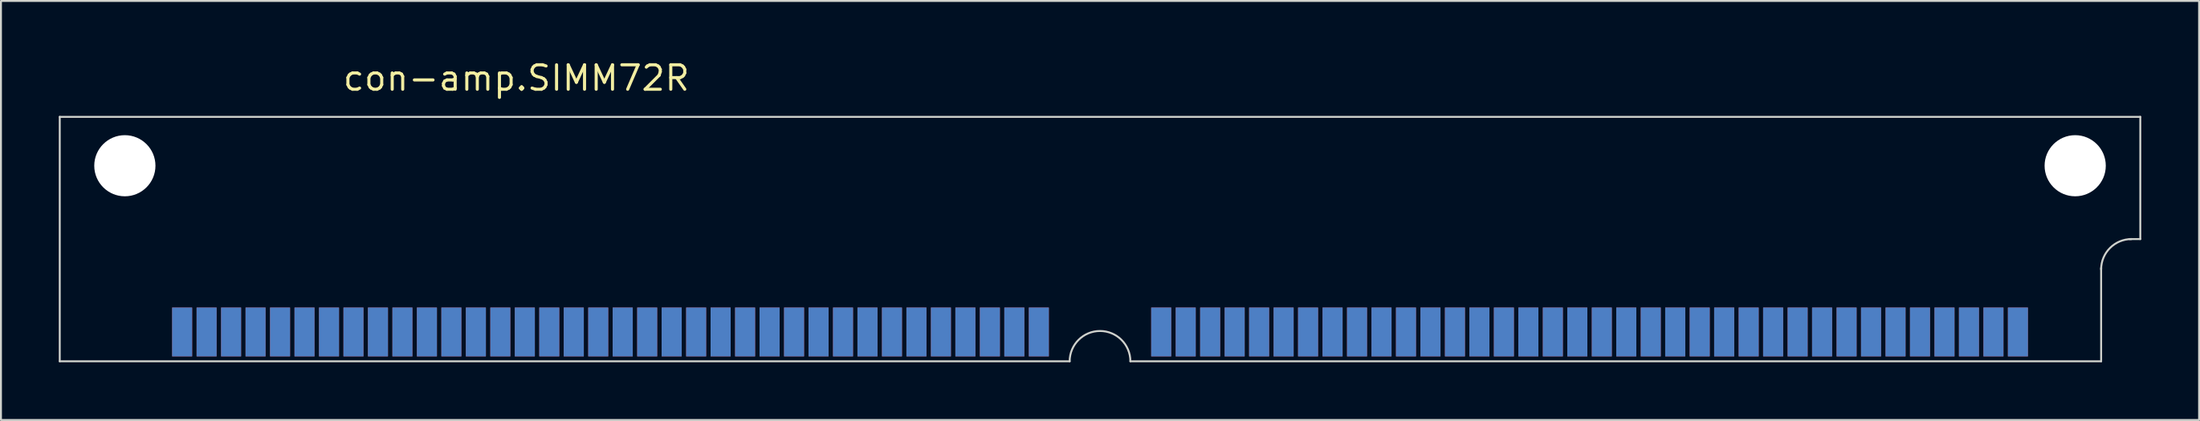
<source format=kicad_pcb>
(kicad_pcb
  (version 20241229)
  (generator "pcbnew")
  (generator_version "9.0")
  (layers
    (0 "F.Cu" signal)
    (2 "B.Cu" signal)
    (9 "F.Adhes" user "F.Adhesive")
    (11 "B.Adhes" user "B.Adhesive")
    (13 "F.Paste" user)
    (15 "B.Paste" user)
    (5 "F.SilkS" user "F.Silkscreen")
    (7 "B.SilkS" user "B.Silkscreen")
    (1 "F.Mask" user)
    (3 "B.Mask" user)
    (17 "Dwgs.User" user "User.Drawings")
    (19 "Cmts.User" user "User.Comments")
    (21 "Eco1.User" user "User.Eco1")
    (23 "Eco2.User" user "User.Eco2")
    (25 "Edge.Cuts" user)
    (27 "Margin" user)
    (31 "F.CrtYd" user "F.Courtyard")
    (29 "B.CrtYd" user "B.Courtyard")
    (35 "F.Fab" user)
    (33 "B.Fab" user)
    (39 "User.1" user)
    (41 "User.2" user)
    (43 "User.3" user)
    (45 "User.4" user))
  (footprint "con-amp.SIMM72R"
    (layer "F.Cu")
    (at 54.025 5.56)
    (property "Reference" "con-amp.SIMM72R" (at -39.37 -3.81 0) (layer "F.SilkS") (effects (font (size 1.27 1.27) (thickness 0.16)) (justify left bottom)))
    (attr smd)
    (fp_line (start -53.975 -2.54) (end -53.975 10.16) (stroke (width 0.1) (type default)) (layer "Edge.Cuts"))
    (fp_line (start -53.975 10.16) (end -1.575 10.16) (stroke (width 0.1) (type default)) (layer "Edge.Cuts"))
    (fp_line (start 1.575 10.16) (end 51.943 10.16) (stroke (width 0.1) (type default)) (layer "Edge.Cuts"))
    (fp_line (start 51.943 10.16) (end 51.943 5.309) (stroke (width 0.1) (type default)) (layer "Edge.Cuts"))
    (fp_line (start 53.975 -2.54) (end -53.975 -2.54) (stroke (width 0.1) (type default)) (layer "Edge.Cuts"))
    (fp_line (start 53.975 3.81) (end 53.416 3.81) (stroke (width 0.1) (type default)) (layer "Edge.Cuts"))
    (fp_line (start 53.975 3.81) (end 53.975 -2.54) (stroke (width 0.1) (type default)) (layer "Edge.Cuts"))
    (fp_arc (start -1.5748 10.16) (mid 0 8.5852) (end 1.5748 10.16) (stroke (width 0.1) (type default)) (layer "Edge.Cuts"))
    (fp_arc (start 51.943 5.3848) (mid 52.404248 4.271248) (end 53.5178 3.81) (stroke (width 0.1) (type default)) (layer "Edge.Cuts"))
    (pad "" np_thru_hole circle (at -50.597 0) (size 3.175 3.175) (drill 3.175) (layers "*.Cu" "*.Mask"))
    (pad "" np_thru_hole circle (at 50.597 0) (size 3.175 3.175) (drill 3.175) (layers "*.Cu" "*.Mask"))
    (pad "1" smd roundrect (at 47.625 8.636) (size 1.041 2.54) (layers "F.Cu" "F.Mask" "F.Paste") (roundrect_rratio 0.01))
    (pad "2" smd roundrect (at 46.355 8.636) (size 1.041 2.54) (layers "F.Cu" "F.Mask" "F.Paste") (roundrect_rratio 0.01))
    (pad "3" smd roundrect (at 45.085 8.636) (size 1.041 2.54) (layers "F.Cu" "F.Mask" "F.Paste") (roundrect_rratio 0.01))
    (pad "4" smd roundrect (at 43.815 8.636) (size 1.041 2.54) (layers "F.Cu" "F.Mask" "F.Paste") (roundrect_rratio 0.01))
    (pad "5" smd roundrect (at 42.545 8.636) (size 1.041 2.54) (layers "F.Cu" "F.Mask" "F.Paste") (roundrect_rratio 0.01))
    (pad "6" smd roundrect (at 41.275 8.636) (size 1.041 2.54) (layers "F.Cu" "F.Mask" "F.Paste") (roundrect_rratio 0.01))
    (pad "7" smd roundrect (at 40.005 8.636) (size 1.041 2.54) (layers "F.Cu" "F.Mask" "F.Paste") (roundrect_rratio 0.01))
    (pad "8" smd roundrect (at 38.735 8.636) (size 1.041 2.54) (layers "F.Cu" "F.Mask" "F.Paste") (roundrect_rratio 0.01))
    (pad "9" smd roundrect (at 37.465 8.636) (size 1.041 2.54) (layers "F.Cu" "F.Mask" "F.Paste") (roundrect_rratio 0.01))
    (pad "10" smd roundrect (at 36.195 8.636) (size 1.041 2.54) (layers "F.Cu" "F.Mask" "F.Paste") (roundrect_rratio 0.01))
    (pad "11" smd roundrect (at 34.925 8.636) (size 1.041 2.54) (layers "F.Cu" "F.Mask" "F.Paste") (roundrect_rratio 0.01))
    (pad "12" smd roundrect (at 33.655 8.636) (size 1.041 2.54) (layers "F.Cu" "F.Mask" "F.Paste") (roundrect_rratio 0.01))
    (pad "13" smd roundrect (at 32.385 8.636) (size 1.041 2.54) (layers "F.Cu" "F.Mask" "F.Paste") (roundrect_rratio 0.01))
    (pad "14" smd roundrect (at 31.115 8.636) (size 1.041 2.54) (layers "F.Cu" "F.Mask" "F.Paste") (roundrect_rratio 0.01))
    (pad "15" smd roundrect (at 29.845 8.636) (size 1.041 2.54) (layers "F.Cu" "F.Mask" "F.Paste") (roundrect_rratio 0.01))
    (pad "16" smd roundrect (at 28.575 8.636) (size 1.041 2.54) (layers "F.Cu" "F.Mask" "F.Paste") (roundrect_rratio 0.01))
    (pad "17" smd roundrect (at 27.305 8.636) (size 1.041 2.54) (layers "F.Cu" "F.Mask" "F.Paste") (roundrect_rratio 0.01))
    (pad "18" smd roundrect (at 26.035 8.636) (size 1.041 2.54) (layers "F.Cu" "F.Mask" "F.Paste") (roundrect_rratio 0.01))
    (pad "19" smd roundrect (at 24.765 8.636) (size 1.041 2.54) (layers "F.Cu" "F.Mask" "F.Paste") (roundrect_rratio 0.01))
    (pad "20" smd roundrect (at 23.495 8.636) (size 1.041 2.54) (layers "F.Cu" "F.Mask" "F.Paste") (roundrect_rratio 0.01))
    (pad "21" smd roundrect (at 22.225 8.636) (size 1.041 2.54) (layers "F.Cu" "F.Mask" "F.Paste") (roundrect_rratio 0.01))
    (pad "22" smd roundrect (at 20.955 8.636) (size 1.041 2.54) (layers "F.Cu" "F.Mask" "F.Paste") (roundrect_rratio 0.01))
    (pad "23" smd roundrect (at 19.685 8.636) (size 1.041 2.54) (layers "F.Cu" "F.Mask" "F.Paste") (roundrect_rratio 0.01))
    (pad "24" smd roundrect (at 18.415 8.636) (size 1.041 2.54) (layers "F.Cu" "F.Mask" "F.Paste") (roundrect_rratio 0.01))
    (pad "25" smd roundrect (at 17.145 8.636) (size 1.041 2.54) (layers "F.Cu" "F.Mask" "F.Paste") (roundrect_rratio 0.01))
    (pad "26" smd roundrect (at 15.875 8.636) (size 1.041 2.54) (layers "F.Cu" "F.Mask" "F.Paste") (roundrect_rratio 0.01))
    (pad "27" smd roundrect (at 14.605 8.636) (size 1.041 2.54) (layers "F.Cu" "F.Mask" "F.Paste") (roundrect_rratio 0.01))
    (pad "28" smd roundrect (at 13.335 8.636) (size 1.041 2.54) (layers "F.Cu" "F.Mask" "F.Paste") (roundrect_rratio 0.01))
    (pad "29" smd roundrect (at 12.065 8.636) (size 1.041 2.54) (layers "F.Cu" "F.Mask" "F.Paste") (roundrect_rratio 0.01))
    (pad "30" smd roundrect (at 10.795 8.636) (size 1.041 2.54) (layers "F.Cu" "F.Mask" "F.Paste") (roundrect_rratio 0.01))
    (pad "31" smd roundrect (at 9.525 8.636) (size 1.041 2.54) (layers "F.Cu" "F.Mask" "F.Paste") (roundrect_rratio 0.01))
    (pad "32" smd roundrect (at 8.255 8.636) (size 1.041 2.54) (layers "F.Cu" "F.Mask" "F.Paste") (roundrect_rratio 0.01))
    (pad "33" smd roundrect (at 6.985 8.636) (size 1.041 2.54) (layers "F.Cu" "F.Mask" "F.Paste") (roundrect_rratio 0.01))
    (pad "34" smd roundrect (at 5.715 8.636) (size 1.041 2.54) (layers "F.Cu" "F.Mask" "F.Paste") (roundrect_rratio 0.01))
    (pad "35" smd roundrect (at 4.445 8.636) (size 1.041 2.54) (layers "F.Cu" "F.Mask" "F.Paste") (roundrect_rratio 0.01))
    (pad "36" smd roundrect (at 3.175 8.636) (size 1.041 2.54) (layers "F.Cu" "F.Mask" "F.Paste") (roundrect_rratio 0.01))
    (pad "37" smd roundrect (at -3.175 8.636) (size 1.041 2.54) (layers "F.Cu" "F.Mask" "F.Paste") (roundrect_rratio 0.01))
    (pad "38" smd roundrect (at -4.445 8.636) (size 1.041 2.54) (layers "F.Cu" "F.Mask" "F.Paste") (roundrect_rratio 0.01))
    (pad "39" smd roundrect (at -5.715 8.636) (size 1.041 2.54) (layers "F.Cu" "F.Mask" "F.Paste") (roundrect_rratio 0.01))
    (pad "40" smd roundrect (at -6.985 8.636) (size 1.041 2.54) (layers "F.Cu" "F.Mask" "F.Paste") (roundrect_rratio 0.01))
    (pad "41" smd roundrect (at -8.255 8.636) (size 1.041 2.54) (layers "F.Cu" "F.Mask" "F.Paste") (roundrect_rratio 0.01))
    (pad "42" smd roundrect (at -9.525 8.636) (size 1.041 2.54) (layers "F.Cu" "F.Mask" "F.Paste") (roundrect_rratio 0.01))
    (pad "43" smd roundrect (at -10.795 8.636) (size 1.041 2.54) (layers "F.Cu" "F.Mask" "F.Paste") (roundrect_rratio 0.01))
    (pad "44" smd roundrect (at -12.065 8.636) (size 1.041 2.54) (layers "F.Cu" "F.Mask" "F.Paste") (roundrect_rratio 0.01))
    (pad "45" smd roundrect (at -13.335 8.636) (size 1.041 2.54) (layers "F.Cu" "F.Mask" "F.Paste") (roundrect_rratio 0.01))
    (pad "46" smd roundrect (at -14.605 8.636) (size 1.041 2.54) (layers "F.Cu" "F.Mask" "F.Paste") (roundrect_rratio 0.01))
    (pad "47" smd roundrect (at -15.875 8.636) (size 1.041 2.54) (layers "F.Cu" "F.Mask" "F.Paste") (roundrect_rratio 0.01))
    (pad "48" smd roundrect (at -17.145 8.636) (size 1.041 2.54) (layers "F.Cu" "F.Mask" "F.Paste") (roundrect_rratio 0.01))
    (pad "49" smd roundrect (at -18.415 8.636) (size 1.041 2.54) (layers "F.Cu" "F.Mask" "F.Paste") (roundrect_rratio 0.01))
    (pad "50" smd roundrect (at -19.685 8.636) (size 1.041 2.54) (layers "F.Cu" "F.Mask" "F.Paste") (roundrect_rratio 0.01))
    (pad "51" smd roundrect (at -20.955 8.636) (size 1.041 2.54) (layers "F.Cu" "F.Mask" "F.Paste") (roundrect_rratio 0.01))
    (pad "52" smd roundrect (at -22.225 8.636) (size 1.041 2.54) (layers "F.Cu" "F.Mask" "F.Paste") (roundrect_rratio 0.01))
    (pad "53" smd roundrect (at -23.495 8.636) (size 1.041 2.54) (layers "F.Cu" "F.Mask" "F.Paste") (roundrect_rratio 0.01))
    (pad "54" smd roundrect (at -24.765 8.636) (size 1.041 2.54) (layers "F.Cu" "F.Mask" "F.Paste") (roundrect_rratio 0.01))
    (pad "55" smd roundrect (at -26.035 8.636) (size 1.041 2.54) (layers "F.Cu" "F.Mask" "F.Paste") (roundrect_rratio 0.01))
    (pad "56" smd roundrect (at -27.305 8.636) (size 1.041 2.54) (layers "F.Cu" "F.Mask" "F.Paste") (roundrect_rratio 0.01))
    (pad "57" smd roundrect (at -28.575 8.636) (size 1.041 2.54) (layers "F.Cu" "F.Mask" "F.Paste") (roundrect_rratio 0.01))
    (pad "58" smd roundrect (at -29.845 8.636) (size 1.041 2.54) (layers "F.Cu" "F.Mask" "F.Paste") (roundrect_rratio 0.01))
    (pad "59" smd roundrect (at -31.115 8.636) (size 1.041 2.54) (layers "F.Cu" "F.Mask" "F.Paste") (roundrect_rratio 0.01))
    (pad "60" smd roundrect (at -32.385 8.636) (size 1.041 2.54) (layers "F.Cu" "F.Mask" "F.Paste") (roundrect_rratio 0.01))
    (pad "61" smd roundrect (at -33.655 8.636) (size 1.041 2.54) (layers "F.Cu" "F.Mask" "F.Paste") (roundrect_rratio 0.01))
    (pad "62" smd roundrect (at -34.925 8.636) (size 1.041 2.54) (layers "F.Cu" "F.Mask" "F.Paste") (roundrect_rratio 0.01))
    (pad "63" smd roundrect (at -36.195 8.636) (size 1.041 2.54) (layers "F.Cu" "F.Mask" "F.Paste") (roundrect_rratio 0.01))
    (pad "64" smd roundrect (at -37.465 8.636) (size 1.041 2.54) (layers "F.Cu" "F.Mask" "F.Paste") (roundrect_rratio 0.01))
    (pad "65" smd roundrect (at -38.735 8.636) (size 1.041 2.54) (layers "F.Cu" "F.Mask" "F.Paste") (roundrect_rratio 0.01))
    (pad "66" smd roundrect (at -40.005 8.636) (size 1.041 2.54) (layers "F.Cu" "F.Mask" "F.Paste") (roundrect_rratio 0.01))
    (pad "67" smd roundrect (at -41.275 8.636) (size 1.041 2.54) (layers "F.Cu" "F.Mask" "F.Paste") (roundrect_rratio 0.01))
    (pad "68" smd roundrect (at -42.545 8.636) (size 1.041 2.54) (layers "F.Cu" "F.Mask" "F.Paste") (roundrect_rratio 0.01))
    (pad "69" smd roundrect (at -43.815 8.636) (size 1.041 2.54) (layers "F.Cu" "F.Mask" "F.Paste") (roundrect_rratio 0.01))
    (pad "70" smd roundrect (at -45.085 8.636) (size 1.041 2.54) (layers "F.Cu" "F.Mask" "F.Paste") (roundrect_rratio 0.01))
    (pad "71" smd roundrect (at -46.355 8.636) (size 1.041 2.54) (layers "F.Cu" "F.Mask" "F.Paste") (roundrect_rratio 0.01))
    (pad "72" smd roundrect (at -47.625 8.636) (size 1.041 2.54) (layers "F.Cu" "F.Mask" "F.Paste") (roundrect_rratio 0.01))
    (pad "73" smd roundrect (at 47.625 8.636) (size 1.041 2.54) (layers "B.Cu" "B.Mask" "B.Paste") (roundrect_rratio 0.01))
    (pad "74" smd roundrect (at 46.355 8.636) (size 1.041 2.54) (layers "B.Cu" "B.Mask" "B.Paste") (roundrect_rratio 0.01))
    (pad "75" smd roundrect (at 45.085 8.636) (size 1.041 2.54) (layers "B.Cu" "B.Mask" "B.Paste") (roundrect_rratio 0.01))
    (pad "76" smd roundrect (at 43.815 8.636) (size 1.041 2.54) (layers "B.Cu" "B.Mask" "B.Paste") (roundrect_rratio 0.01))
    (pad "77" smd roundrect (at 42.545 8.636) (size 1.041 2.54) (layers "B.Cu" "B.Mask" "B.Paste") (roundrect_rratio 0.01))
    (pad "78" smd roundrect (at 41.275 8.636) (size 1.041 2.54) (layers "B.Cu" "B.Mask" "B.Paste") (roundrect_rratio 0.01))
    (pad "79" smd roundrect (at 40.005 8.636) (size 1.041 2.54) (layers "B.Cu" "B.Mask" "B.Paste") (roundrect_rratio 0.01))
    (pad "80" smd roundrect (at 38.735 8.636) (size 1.041 2.54) (layers "B.Cu" "B.Mask" "B.Paste") (roundrect_rratio 0.01))
    (pad "81" smd roundrect (at 37.465 8.636) (size 1.041 2.54) (layers "B.Cu" "B.Mask" "B.Paste") (roundrect_rratio 0.01))
    (pad "82" smd roundrect (at 36.195 8.636) (size 1.041 2.54) (layers "B.Cu" "B.Mask" "B.Paste") (roundrect_rratio 0.01))
    (pad "83" smd roundrect (at 34.925 8.636) (size 1.041 2.54) (layers "B.Cu" "B.Mask" "B.Paste") (roundrect_rratio 0.01))
    (pad "84" smd roundrect (at 33.655 8.636) (size 1.041 2.54) (layers "B.Cu" "B.Mask" "B.Paste") (roundrect_rratio 0.01))
    (pad "85" smd roundrect (at 32.385 8.636) (size 1.041 2.54) (layers "B.Cu" "B.Mask" "B.Paste") (roundrect_rratio 0.01))
    (pad "86" smd roundrect (at 31.115 8.636) (size 1.041 2.54) (layers "B.Cu" "B.Mask" "B.Paste") (roundrect_rratio 0.01))
    (pad "87" smd roundrect (at 29.845 8.636) (size 1.041 2.54) (layers "B.Cu" "B.Mask" "B.Paste") (roundrect_rratio 0.01))
    (pad "88" smd roundrect (at 28.575 8.636) (size 1.041 2.54) (layers "B.Cu" "B.Mask" "B.Paste") (roundrect_rratio 0.01))
    (pad "89" smd roundrect (at 27.305 8.636) (size 1.041 2.54) (layers "B.Cu" "B.Mask" "B.Paste") (roundrect_rratio 0.01))
    (pad "90" smd roundrect (at 26.035 8.636) (size 1.041 2.54) (layers "B.Cu" "B.Mask" "B.Paste") (roundrect_rratio 0.01))
    (pad "91" smd roundrect (at 24.765 8.636) (size 1.041 2.54) (layers "B.Cu" "B.Mask" "B.Paste") (roundrect_rratio 0.01))
    (pad "92" smd roundrect (at 23.495 8.636) (size 1.041 2.54) (layers "B.Cu" "B.Mask" "B.Paste") (roundrect_rratio 0.01))
    (pad "93" smd roundrect (at 22.225 8.636) (size 1.041 2.54) (layers "B.Cu" "B.Mask" "B.Paste") (roundrect_rratio 0.01))
    (pad "94" smd roundrect (at 20.955 8.636) (size 1.041 2.54) (layers "B.Cu" "B.Mask" "B.Paste") (roundrect_rratio 0.01))
    (pad "95" smd roundrect (at 19.685 8.636) (size 1.041 2.54) (layers "B.Cu" "B.Mask" "B.Paste") (roundrect_rratio 0.01))
    (pad "96" smd roundrect (at 18.415 8.636) (size 1.041 2.54) (layers "B.Cu" "B.Mask" "B.Paste") (roundrect_rratio 0.01))
    (pad "97" smd roundrect (at 17.145 8.636) (size 1.041 2.54) (layers "B.Cu" "B.Mask" "B.Paste") (roundrect_rratio 0.01))
    (pad "98" smd roundrect (at 15.875 8.636) (size 1.041 2.54) (layers "B.Cu" "B.Mask" "B.Paste") (roundrect_rratio 0.01))
    (pad "99" smd roundrect (at 14.605 8.636) (size 1.041 2.54) (layers "B.Cu" "B.Mask" "B.Paste") (roundrect_rratio 0.01))
    (pad "100" smd roundrect (at 13.335 8.636) (size 1.041 2.54) (layers "B.Cu" "B.Mask" "B.Paste") (roundrect_rratio 0.01))
    (pad "101" smd roundrect (at 12.065 8.636) (size 1.041 2.54) (layers "B.Cu" "B.Mask" "B.Paste") (roundrect_rratio 0.01))
    (pad "102" smd roundrect (at 10.795 8.636) (size 1.041 2.54) (layers "B.Cu" "B.Mask" "B.Paste") (roundrect_rratio 0.01))
    (pad "103" smd roundrect (at 9.525 8.636) (size 1.041 2.54) (layers "B.Cu" "B.Mask" "B.Paste") (roundrect_rratio 0.01))
    (pad "104" smd roundrect (at 8.255 8.636) (size 1.041 2.54) (layers "B.Cu" "B.Mask" "B.Paste") (roundrect_rratio 0.01))
    (pad "105" smd roundrect (at 6.985 8.636) (size 1.041 2.54) (layers "B.Cu" "B.Mask" "B.Paste") (roundrect_rratio 0.01))
    (pad "106" smd roundrect (at 5.715 8.636) (size 1.041 2.54) (layers "B.Cu" "B.Mask" "B.Paste") (roundrect_rratio 0.01))
    (pad "107" smd roundrect (at 4.445 8.636) (size 1.041 2.54) (layers "B.Cu" "B.Mask" "B.Paste") (roundrect_rratio 0.01))
    (pad "108" smd roundrect (at 3.175 8.636) (size 1.041 2.54) (layers "B.Cu" "B.Mask" "B.Paste") (roundrect_rratio 0.01))
    (pad "109" smd roundrect (at -3.175 8.636) (size 1.041 2.54) (layers "B.Cu" "B.Mask" "B.Paste") (roundrect_rratio 0.01))
    (pad "110" smd roundrect (at -4.445 8.636) (size 1.041 2.54) (layers "B.Cu" "B.Mask" "B.Paste") (roundrect_rratio 0.01))
    (pad "111" smd roundrect (at -5.715 8.636) (size 1.041 2.54) (layers "B.Cu" "B.Mask" "B.Paste") (roundrect_rratio 0.01))
    (pad "112" smd roundrect (at -6.985 8.636) (size 1.041 2.54) (layers "B.Cu" "B.Mask" "B.Paste") (roundrect_rratio 0.01))
    (pad "113" smd roundrect (at -8.255 8.636) (size 1.041 2.54) (layers "B.Cu" "B.Mask" "B.Paste") (roundrect_rratio 0.01))
    (pad "114" smd roundrect (at -9.525 8.636) (size 1.041 2.54) (layers "B.Cu" "B.Mask" "B.Paste") (roundrect_rratio 0.01))
    (pad "115" smd roundrect (at -10.795 8.636) (size 1.041 2.54) (layers "B.Cu" "B.Mask" "B.Paste") (roundrect_rratio 0.01))
    (pad "116" smd roundrect (at -12.065 8.636) (size 1.041 2.54) (layers "B.Cu" "B.Mask" "B.Paste") (roundrect_rratio 0.01))
    (pad "117" smd roundrect (at -13.335 8.636) (size 1.041 2.54) (layers "B.Cu" "B.Mask" "B.Paste") (roundrect_rratio 0.01))
    (pad "118" smd roundrect (at -14.605 8.636) (size 1.041 2.54) (layers "B.Cu" "B.Mask" "B.Paste") (roundrect_rratio 0.01))
    (pad "119" smd roundrect (at -15.875 8.636) (size 1.041 2.54) (layers "B.Cu" "B.Mask" "B.Paste") (roundrect_rratio 0.01))
    (pad "120" smd roundrect (at -17.145 8.636) (size 1.041 2.54) (layers "B.Cu" "B.Mask" "B.Paste") (roundrect_rratio 0.01))
    (pad "121" smd roundrect (at -18.415 8.636) (size 1.041 2.54) (layers "B.Cu" "B.Mask" "B.Paste") (roundrect_rratio 0.01))
    (pad "122" smd roundrect (at -19.685 8.636) (size 1.041 2.54) (layers "B.Cu" "B.Mask" "B.Paste") (roundrect_rratio 0.01))
    (pad "123" smd roundrect (at -20.955 8.636) (size 1.041 2.54) (layers "B.Cu" "B.Mask" "B.Paste") (roundrect_rratio 0.01))
    (pad "124" smd roundrect (at -22.225 8.636) (size 1.041 2.54) (layers "B.Cu" "B.Mask" "B.Paste") (roundrect_rratio 0.01))
    (pad "125" smd roundrect (at -23.495 8.636) (size 1.041 2.54) (layers "B.Cu" "B.Mask" "B.Paste") (roundrect_rratio 0.01))
    (pad "126" smd roundrect (at -24.765 8.636) (size 1.041 2.54) (layers "B.Cu" "B.Mask" "B.Paste") (roundrect_rratio 0.01))
    (pad "127" smd roundrect (at -26.035 8.636) (size 1.041 2.54) (layers "B.Cu" "B.Mask" "B.Paste") (roundrect_rratio 0.01))
    (pad "128" smd roundrect (at -27.305 8.636) (size 1.041 2.54) (layers "B.Cu" "B.Mask" "B.Paste") (roundrect_rratio 0.01))
    (pad "129" smd roundrect (at -28.575 8.636) (size 1.041 2.54) (layers "B.Cu" "B.Mask" "B.Paste") (roundrect_rratio 0.01))
    (pad "130" smd roundrect (at -29.845 8.636) (size 1.041 2.54) (layers "B.Cu" "B.Mask" "B.Paste") (roundrect_rratio 0.01))
    (pad "131" smd roundrect (at -31.115 8.636) (size 1.041 2.54) (layers "B.Cu" "B.Mask" "B.Paste") (roundrect_rratio 0.01))
    (pad "132" smd roundrect (at -32.385 8.636) (size 1.041 2.54) (layers "B.Cu" "B.Mask" "B.Paste") (roundrect_rratio 0.01))
    (pad "133" smd roundrect (at -33.655 8.636) (size 1.041 2.54) (layers "B.Cu" "B.Mask" "B.Paste") (roundrect_rratio 0.01))
    (pad "134" smd roundrect (at -34.925 8.636) (size 1.041 2.54) (layers "B.Cu" "B.Mask" "B.Paste") (roundrect_rratio 0.01))
    (pad "135" smd roundrect (at -36.195 8.636) (size 1.041 2.54) (layers "B.Cu" "B.Mask" "B.Paste") (roundrect_rratio 0.01))
    (pad "136" smd roundrect (at -37.465 8.636) (size 1.041 2.54) (layers "B.Cu" "B.Mask" "B.Paste") (roundrect_rratio 0.01))
    (pad "137" smd roundrect (at -38.735 8.636) (size 1.041 2.54) (layers "B.Cu" "B.Mask" "B.Paste") (roundrect_rratio 0.01))
    (pad "138" smd roundrect (at -40.005 8.636) (size 1.041 2.54) (layers "B.Cu" "B.Mask" "B.Paste") (roundrect_rratio 0.01))
    (pad "139" smd roundrect (at -41.275 8.636) (size 1.041 2.54) (layers "B.Cu" "B.Mask" "B.Paste") (roundrect_rratio 0.01))
    (pad "140" smd roundrect (at -42.545 8.636) (size 1.041 2.54) (layers "B.Cu" "B.Mask" "B.Paste") (roundrect_rratio 0.01))
    (pad "141" smd roundrect (at -43.815 8.636) (size 1.041 2.54) (layers "B.Cu" "B.Mask" "B.Paste") (roundrect_rratio 0.01))
    (pad "142" smd roundrect (at -45.085 8.636) (size 1.041 2.54) (layers "B.Cu" "B.Mask" "B.Paste") (roundrect_rratio 0.01))
    (pad "143" smd roundrect (at -46.355 8.636) (size 1.041 2.54) (layers "B.Cu" "B.Mask" "B.Paste") (roundrect_rratio 0.01))
    (pad "144" smd roundrect (at -47.625 8.636) (size 1.041 2.54) (layers "B.Cu" "B.Mask" "B.Paste") (roundrect_rratio 0.01)))
  (gr_rect
    (start -3 -3)
    (end 111.05 18.77)
    (stroke (width 0.1) (type default))
    (fill no)
    (layer "Edge.Cuts")))
</source>
